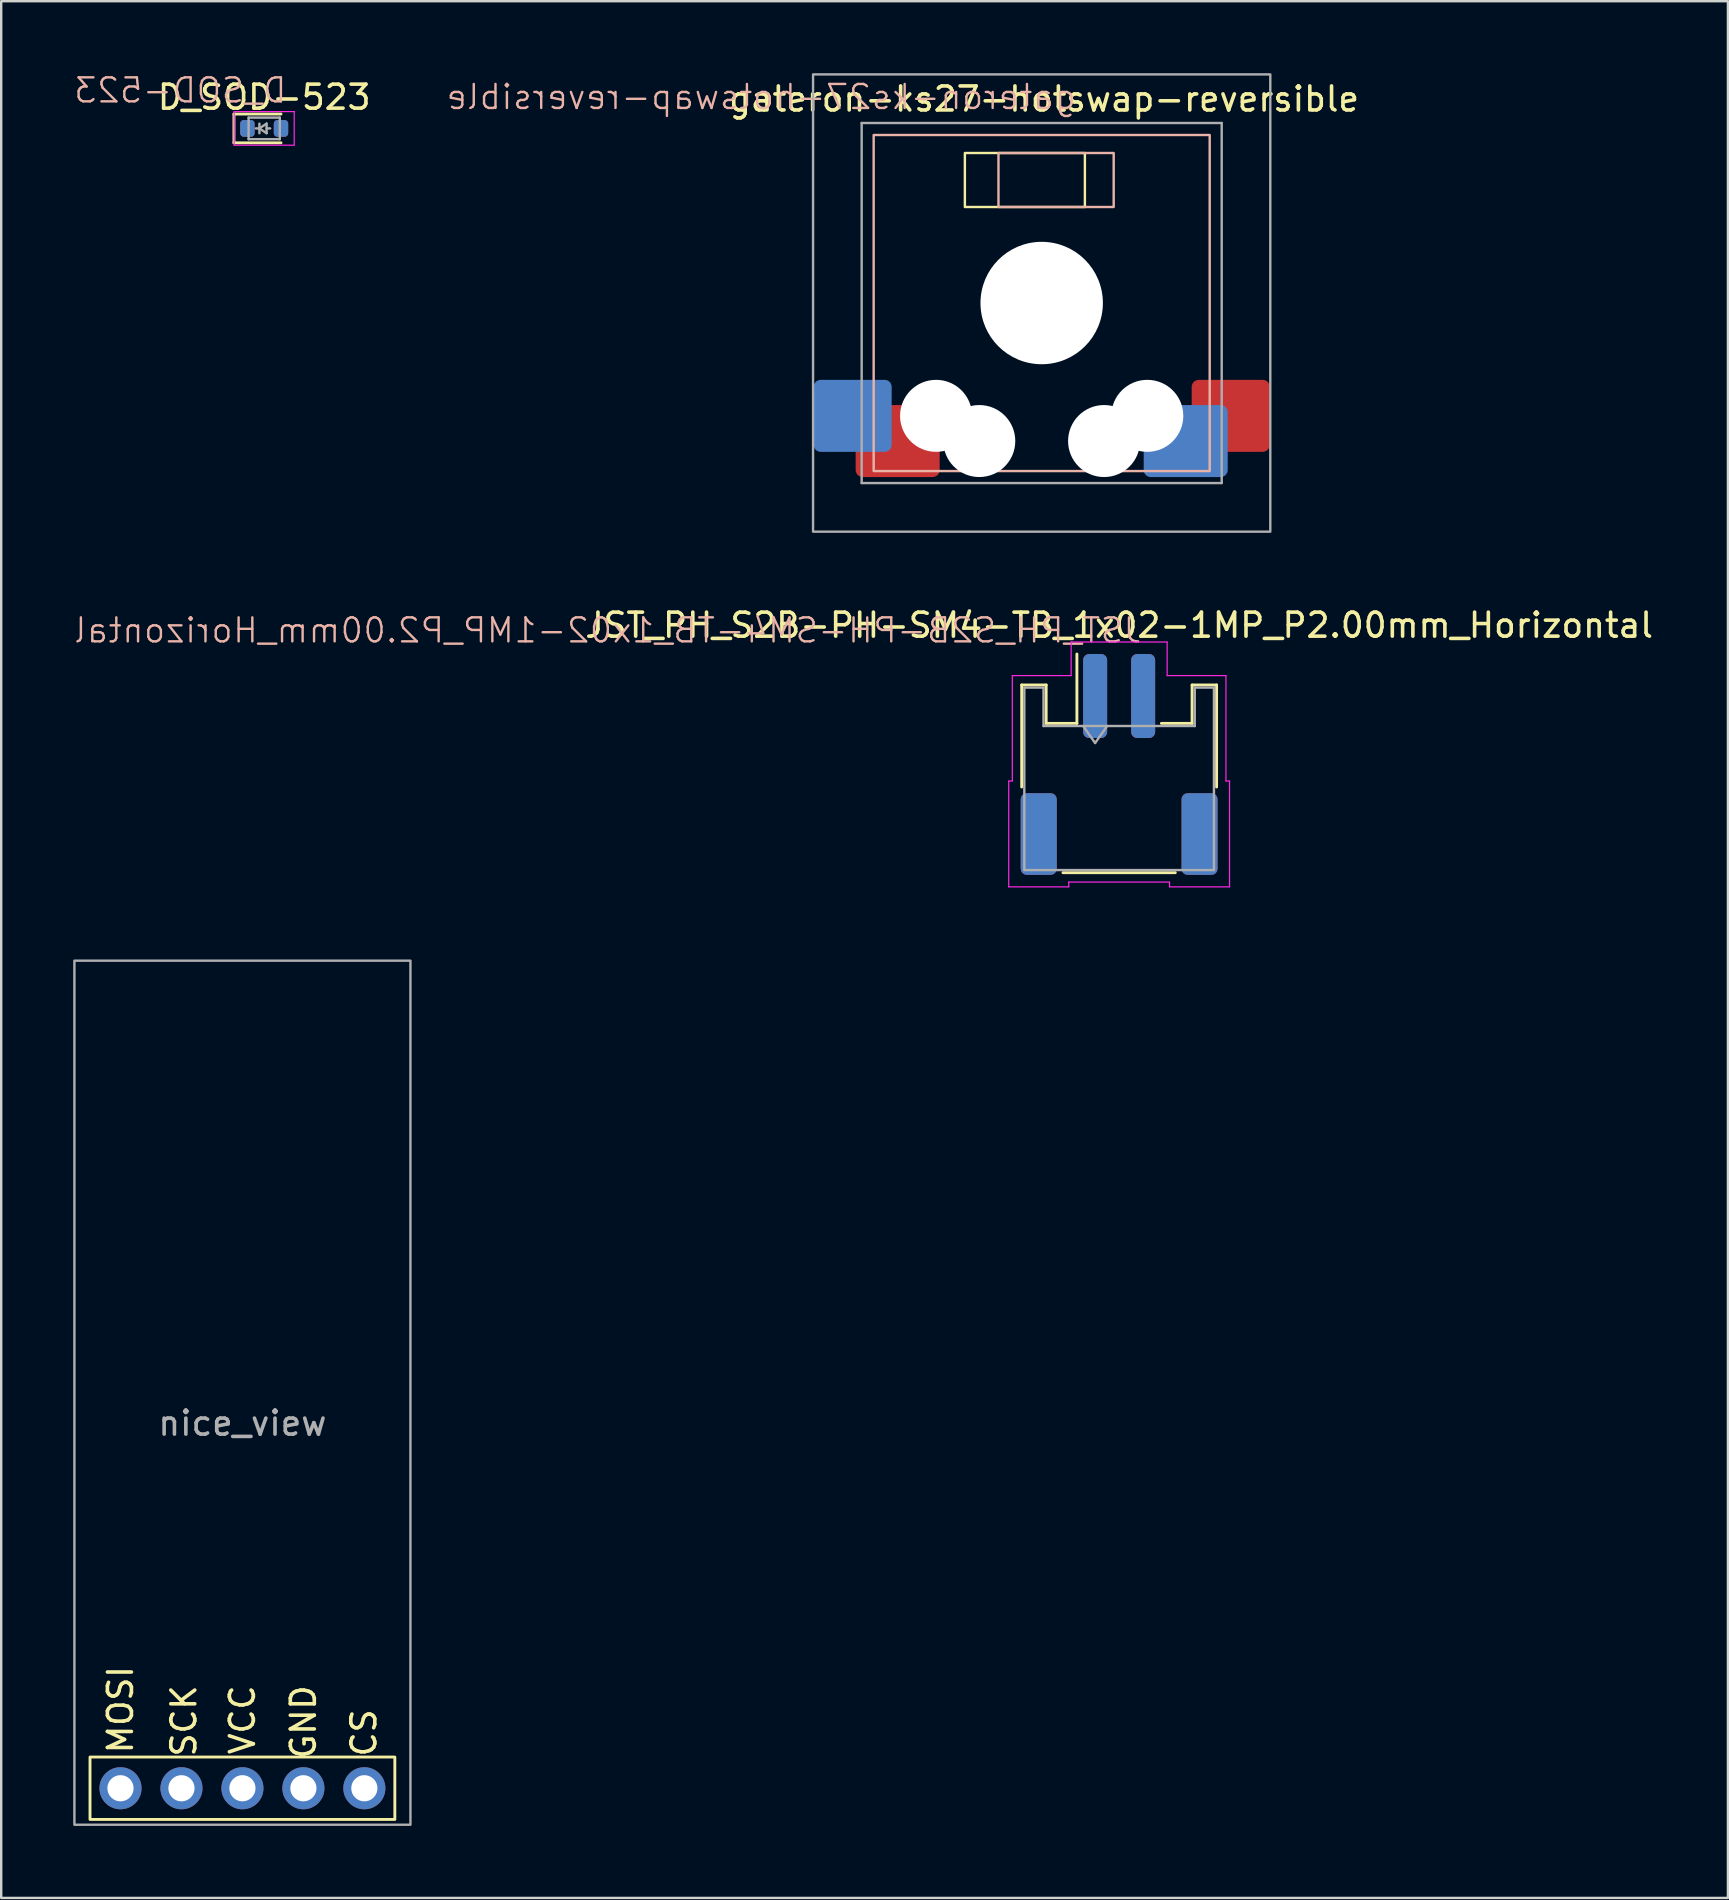
<source format=kicad_pcb>
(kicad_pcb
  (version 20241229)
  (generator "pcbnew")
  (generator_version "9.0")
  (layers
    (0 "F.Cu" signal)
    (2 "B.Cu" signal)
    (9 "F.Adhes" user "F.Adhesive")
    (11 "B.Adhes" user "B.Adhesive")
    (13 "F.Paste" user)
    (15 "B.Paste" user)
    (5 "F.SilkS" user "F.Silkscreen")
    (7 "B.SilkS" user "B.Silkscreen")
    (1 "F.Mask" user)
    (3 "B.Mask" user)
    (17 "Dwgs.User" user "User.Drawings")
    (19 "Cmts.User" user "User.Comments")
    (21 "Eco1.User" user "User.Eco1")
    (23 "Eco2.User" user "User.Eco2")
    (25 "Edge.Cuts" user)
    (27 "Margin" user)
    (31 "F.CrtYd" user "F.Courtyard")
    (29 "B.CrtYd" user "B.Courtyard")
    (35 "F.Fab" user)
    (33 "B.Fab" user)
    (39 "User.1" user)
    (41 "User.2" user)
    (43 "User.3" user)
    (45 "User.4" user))
  (footprint "D_SOD-523"
    (layer "F.Cu")
    (at 7.957 2.3)
    (property "Reference" "D_SOD-523" (at 0 -1.3 0) (layer "F.SilkS") (effects (font (size 1 1) (thickness 0.15))))
    (attr smd)
    (fp_line (start -1.26 -0.6) (end -1.26 0.6) (stroke (width 0.12) (type solid)) (layer "F.SilkS"))
    (fp_line (start 0.7 -0.6) (end -1.26 -0.6) (stroke (width 0.12) (type solid)) (layer "F.SilkS"))
    (fp_line (start 0.7 0.6) (end -1.26 0.6) (stroke (width 0.12) (type solid)) (layer "F.SilkS"))
    (fp_line (start -1.25 -0.7) (end 1.25 -0.7) (stroke (width 0.05) (type solid)) (layer "F.CrtYd"))
    (fp_line (start -1.25 0.7) (end -1.25 -0.7) (stroke (width 0.05) (type solid)) (layer "F.CrtYd"))
    (fp_line (start 1.25 -0.7) (end 1.25 0.7) (stroke (width 0.05) (type solid)) (layer "F.CrtYd"))
    (fp_line (start 1.25 0.7) (end -1.25 0.7) (stroke (width 0.05) (type solid)) (layer "F.CrtYd"))
    (fp_line (start -0.65 -0.45) (end 0.65 -0.45) (stroke (width 0.1) (type solid)) (layer "F.Fab"))
    (fp_line (start -0.65 0.45) (end -0.65 -0.45) (stroke (width 0.1) (type solid)) (layer "F.Fab"))
    (fp_line (start -0.2 0) (end -0.35 0) (stroke (width 0.1) (type solid)) (layer "F.Fab"))
    (fp_line (start -0.2 0) (end 0.1 0.2) (stroke (width 0.1) (type solid)) (layer "F.Fab"))
    (fp_line (start -0.2 0.2) (end -0.2 -0.2) (stroke (width 0.1) (type solid)) (layer "F.Fab"))
    (fp_line (start 0.1 -0.2) (end -0.2 0) (stroke (width 0.1) (type solid)) (layer "F.Fab"))
    (fp_line (start 0.1 0) (end 0.25 0) (stroke (width 0.1) (type solid)) (layer "F.Fab"))
    (fp_line (start 0.1 0.2) (end 0.1 -0.2) (stroke (width 0.1) (type solid)) (layer "F.Fab"))
    (fp_line (start 0.65 -0.45) (end 0.65 0.45) (stroke (width 0.1) (type solid)) (layer "F.Fab"))
    (fp_line (start 0.65 0.45) (end -0.65 0.45) (stroke (width 0.1) (type solid)) (layer "F.Fab"))
    (fp_text user "${REFERENCE}" (at 1 -1 0) (unlocked yes) (layer "B.SilkS") (effects (font (size 1 1) (thickness 0.1)) (justify left bottom mirror)))
    (pad "1" smd roundrect (at -0.7 0 180) (size 0.6 0.7) (layers "F.Cu" "F.Mask" "F.Paste") (roundrect_rratio 0.25))
    (pad "1" smd roundrect (at -0.7 0 180) (size 0.6 0.7) (layers "B.Cu" "B.Mask" "B.Paste") (roundrect_rratio 0.25))
    (pad "2" smd roundrect (at 0.7 0 180) (size 0.6 0.7) (layers "F.Cu" "F.Mask" "F.Paste") (roundrect_rratio 0.25))
    (pad "2" smd roundrect (at 0.7 0 180) (size 0.6 0.7) (layers "B.Cu" "B.Mask" "B.Paste") (roundrect_rratio 0.25)))
  (footprint "gateron-ks27-hotswap-reversible"
    (layer "F.Cu")
    (at 40.349 9.575)
    (property "Reference" "gateron-ks27-hotswap-reversible" (at 0.1 -8.5 0) (unlocked yes) (layer "F.SilkS") (effects (font (size 1 1) (thickness 0.15))))
    (attr through_hole)
    (fp_rect (start -3.2 -6.25) (end 1.8 -4) (stroke (width 0.1) (type solid)) (fill no) (layer "F.SilkS"))
    (fp_rect (start -7 -7) (end 7 7) (stroke (width 0.1) (type solid)) (fill no) (layer "B.SilkS"))
    (fp_rect (start -1.8 -6.25) (end 3 -4) (stroke (width 0.1) (type solid)) (fill no) (layer "B.SilkS"))
    (fp_line (start -7 -7) (end -7 7) (stroke (width 0.12) (type solid)) (layer "Eco2.User"))
    (fp_line (start -7 7) (end 7 7) (stroke (width 0.12) (type solid)) (layer "Eco2.User"))
    (fp_line (start 7 -7) (end -7 -7) (stroke (width 0.12) (type solid)) (layer "Eco2.User"))
    (fp_line (start 7 7) (end 7 -7) (stroke (width 0.12) (type solid)) (layer "Eco2.User"))
    (fp_line (start -7.5 -7.5) (end -7.5 7.5) (stroke (width 0.1) (type solid)) (layer "F.Fab"))
    (fp_line (start -7.5 7.5) (end 7.5 7.5) (stroke (width 0.1) (type solid)) (layer "F.Fab"))
    (fp_line (start 7.5 -7.5) (end -7.5 -7.5) (stroke (width 0.1) (type solid)) (layer "F.Fab"))
    (fp_line (start 7.5 7.5) (end 7.5 -7.5) (stroke (width 0.1) (type solid)) (layer "F.Fab"))
    (fp_rect (start -9.525 -9.525) (end 9.525 9.525) (stroke (width 0.1) (type solid)) (fill no) (layer "F.Fab"))
    (fp_text user "${REFERENCE}" (at 1.5 -8 0) (unlocked yes) (layer "B.SilkS") (effects (font (size 1 1) (thickness 0.1)) (justify left bottom mirror)))
    (pad "" np_thru_hole circle (at -4.4 4.7) (size 3 3) (drill 3) (layers "*.Cu" "*.Mask"))
    (pad "" np_thru_hole circle (at -2.6 5.75) (size 3 3) (drill 3) (layers "*.Cu" "*.Mask"))
    (pad "" np_thru_hole circle (at 0 0) (size 5.1 5.1) (drill 5.1) (layers "*.Cu" "*.Mask"))
    (pad "" np_thru_hole circle (at 2.6 5.75) (size 3 3) (drill 3) (layers "*.Cu" "*.Mask"))
    (pad "" np_thru_hole circle (at 4.4 4.7) (size 3 3) (drill 3) (layers "*.Cu" "*.Mask"))
    (pad "1" smd roundrect (at -7.875 4.7) (size 3.25 3) (layers "B.Cu" "B.Mask" "B.Paste") (roundrect_rratio 0.096))
    (pad "1" smd roundrect (at 7.875 4.7) (size 3.25 3) (layers "F.Cu" "F.Mask" "F.Paste") (roundrect_rratio 0.096))
    (pad "2" smd roundrect (at -6 5.75) (size 3.5 3) (layers "F.Cu" "F.Mask" "F.Paste") (roundrect_rratio 0.096))
    (pad "2" smd roundrect (at 6 5.75) (size 3.5 3) (layers "B.Cu" "B.Mask" "B.Paste") (roundrect_rratio 0.096)))
  (footprint "JST_PH_S2B-PH-SM4-TB_1x02-1MP_P2.00mm_Horizontal"
    (layer "F.Cu")
    (at 43.576 28.798)
    (property "Reference" "JST_PH_S2B-PH-SM4-TB_1x02-1MP_P2.00mm_Horizontal" (at 0 -5.8 0) (layer "F.SilkS") (effects (font (size 1 1) (thickness 0.15))))
    (attr smd)
    (fp_line (start -4.06 -3.31) (end -3.04 -3.31) (stroke (width 0.12) (type solid)) (layer "F.SilkS"))
    (fp_line (start -4.06 0.94) (end -4.06 -3.31) (stroke (width 0.12) (type solid)) (layer "F.SilkS"))
    (fp_line (start -3.04 -3.31) (end -3.04 -1.71) (stroke (width 0.12) (type solid)) (layer "F.SilkS"))
    (fp_line (start -3.04 -1.71) (end -1.76 -1.71) (stroke (width 0.12) (type solid)) (layer "F.SilkS"))
    (fp_line (start -2.34 4.51) (end 2.34 4.51) (stroke (width 0.12) (type solid)) (layer "F.SilkS"))
    (fp_line (start -1.76 -1.71) (end -1.76 -4.6) (stroke (width 0.12) (type solid)) (layer "F.SilkS"))
    (fp_line (start 3.04 -3.31) (end 3.04 -1.71) (stroke (width 0.12) (type solid)) (layer "F.SilkS"))
    (fp_line (start 3.04 -1.71) (end 1.76 -1.71) (stroke (width 0.12) (type solid)) (layer "F.SilkS"))
    (fp_line (start 4.06 -3.31) (end 3.04 -3.31) (stroke (width 0.12) (type solid)) (layer "F.SilkS"))
    (fp_line (start 4.06 0.94) (end 4.06 -3.31) (stroke (width 0.12) (type solid)) (layer "F.SilkS"))
    (fp_line (start -4.6 0.69) (end -4.45 0.69) (stroke (width 0.05) (type solid)) (layer "F.CrtYd"))
    (fp_line (start -4.6 5.1) (end -4.6 0.69) (stroke (width 0.05) (type solid)) (layer "F.CrtYd"))
    (fp_line (start -4.45 -3.7) (end -2 -3.7) (stroke (width 0.05) (type solid)) (layer "F.CrtYd"))
    (fp_line (start -4.45 0.69) (end -4.45 -3.7) (stroke (width 0.05) (type solid)) (layer "F.CrtYd"))
    (fp_line (start -2.1 4.9) (end -2.1 5.1) (stroke (width 0.05) (type solid)) (layer "F.CrtYd"))
    (fp_line (start -2.1 5.1) (end -4.6 5.1) (stroke (width 0.05) (type solid)) (layer "F.CrtYd"))
    (fp_line (start -2 -5.1) (end 2 -5.1) (stroke (width 0.05) (type solid)) (layer "F.CrtYd"))
    (fp_line (start -2 -3.7) (end -2 -5.1) (stroke (width 0.05) (type solid)) (layer "F.CrtYd"))
    (fp_line (start 2 -5.1) (end 2 -3.7) (stroke (width 0.05) (type solid)) (layer "F.CrtYd"))
    (fp_line (start 2 -3.7) (end 4.45 -3.7) (stroke (width 0.05) (type solid)) (layer "F.CrtYd"))
    (fp_line (start 2.1 4.9) (end -2.1 4.9) (stroke (width 0.05) (type solid)) (layer "F.CrtYd"))
    (fp_line (start 2.1 5.1) (end 2.1 4.9) (stroke (width 0.05) (type solid)) (layer "F.CrtYd"))
    (fp_line (start 4.45 -3.7) (end 4.45 0.69) (stroke (width 0.05) (type solid)) (layer "F.CrtYd"))
    (fp_line (start 4.45 0.69) (end 4.6 0.69) (stroke (width 0.05) (type solid)) (layer "F.CrtYd"))
    (fp_line (start 4.6 0.69) (end 4.6 5.1) (stroke (width 0.05) (type solid)) (layer "F.CrtYd"))
    (fp_line (start 4.6 5.1) (end 2.1 5.1) (stroke (width 0.05) (type solid)) (layer "F.CrtYd"))
    (fp_line (start -3.95 -3.2) (end -3.95 4.4) (stroke (width 0.1) (type solid)) (layer "F.Fab"))
    (fp_line (start -3.95 -3.2) (end -3.15 -3.2) (stroke (width 0.1) (type solid)) (layer "F.Fab"))
    (fp_line (start -3.95 4.4) (end 3.95 4.4) (stroke (width 0.1) (type solid)) (layer "F.Fab"))
    (fp_line (start -3.15 -3.2) (end -3.15 -1.6) (stroke (width 0.1) (type solid)) (layer "F.Fab"))
    (fp_line (start -3.15 -1.6) (end 3.15 -1.6) (stroke (width 0.1) (type solid)) (layer "F.Fab"))
    (fp_line (start -1.5 -1.6) (end -1 -0.893) (stroke (width 0.1) (type solid)) (layer "F.Fab"))
    (fp_line (start -1 -0.893) (end -0.5 -1.6) (stroke (width 0.1) (type solid)) (layer "F.Fab"))
    (fp_line (start 3.15 -3.2) (end 3.95 -3.2) (stroke (width 0.1) (type solid)) (layer "F.Fab"))
    (fp_line (start 3.15 -1.6) (end 3.15 -3.2) (stroke (width 0.1) (type solid)) (layer "F.Fab"))
    (fp_line (start 3.95 -3.2) (end 3.95 4.4) (stroke (width 0.1) (type solid)) (layer "F.Fab"))
    (fp_text user "${REFERENCE}" (at 1 -5 0) (unlocked yes) (layer "B.SilkS") (effects (font (size 1 1) (thickness 0.1)) (justify left bottom mirror)))
    (pad "1" smd roundrect (at -1 -2.85) (size 1 3.5) (layers "F.Cu" "F.Mask" "F.Paste") (roundrect_rratio 0.25))
    (pad "1" smd roundrect (at 1 -2.85) (size 1 3.5) (layers "B.Cu" "B.Mask" "B.Paste") (roundrect_rratio 0.25))
    (pad "2" smd roundrect (at -1 -2.85) (size 1 3.5) (layers "B.Cu" "B.Mask" "B.Paste") (roundrect_rratio 0.25))
    (pad "2" smd roundrect (at 1 -2.85) (size 1 3.5) (layers "F.Cu" "F.Mask" "F.Paste") (roundrect_rratio 0.25))
    (pad "MP" smd roundrect (at -3.35 2.9) (size 1.5 3.4) (layers "F.Cu" "F.Mask" "F.Paste") (roundrect_rratio 0.167))
    (pad "MP" smd roundrect (at -3.35 2.9) (size 1.5 3.4) (layers "B.Cu" "B.Mask" "B.Paste") (roundrect_rratio 0.167))
    (pad "MP" smd roundrect (at 3.35 2.9) (size 1.5 3.4) (layers "F.Cu" "F.Mask" "F.Paste") (roundrect_rratio 0.167))
    (pad "MP" smd roundrect (at 3.35 2.9) (size 1.5 3.4) (layers "B.Cu" "B.Mask" "B.Paste") (roundrect_rratio 0.167)))
  (footprint "nice_view"
    (layer "F.Cu")
    (at 7.05 54.973)
    (property "Reference" "nice_view" (at 0 1.27 0) (unlocked yes) (layer "F.Fab") (effects (font (size 1 1) (thickness 0.15))))
    (attr through_hole)
    (fp_rect (start -6.35 15.18) (end 6.35 17.78) (stroke (width 0.12) (type solid)) (fill no) (layer "F.SilkS"))
    (fp_rect (start -7 -18) (end 7 18) (stroke (width 0.1) (type solid)) (fill no) (layer "F.Fab"))
    (fp_text user "VCC" (at 0 12.1 90) (unlocked yes) (layer "F.SilkS") (effects (font (size 1 1) (thickness 0.15)) (justify right)))
    (fp_text user "MOSI" (at -5.08 11.3 90) (unlocked yes) (layer "F.SilkS") (effects (font (size 1 1) (thickness 0.15)) (justify right)))
    (fp_text user "CS" (at 5.06 13.1 90) (unlocked yes) (layer "F.SilkS") (effects (font (size 1 1) (thickness 0.15)) (justify right)))
    (fp_text user "SCK" (at -2.44 12.1 90) (unlocked yes) (layer "F.SilkS") (effects (font (size 1 1) (thickness 0.15)) (justify right)))
    (fp_text user "GND" (at 2.54 12.1 90) (unlocked yes) (layer "F.SilkS") (effects (font (size 1 1) (thickness 0.15)) (justify right)))
    (pad "1" thru_hole circle (at -5.08 16.48) (size 1.753 1.753) (drill 1.092) (layers "*.Cu" "*.Mask"))
    (pad "2" thru_hole circle (at -2.54 16.48) (size 1.753 1.753) (drill 1.092) (layers "*.Cu" "*.Mask"))
    (pad "3" thru_hole circle (at 0 16.48) (size 1.753 1.753) (drill 1.092) (layers "*.Cu" "*.Mask"))
    (pad "4" thru_hole circle (at 2.54 16.48) (size 1.753 1.753) (drill 1.092) (layers "*.Cu" "*.Mask"))
    (pad "5" thru_hole circle (at 5.08 16.48) (size 1.753 1.753) (drill 1.092) (layers "*.Cu" "*.Mask")))
  (gr_rect
    (start -3 -3)
    (end 68.939 76.023)
    (stroke (width 0.1) (type default))
    (fill no)
    (layer "Edge.Cuts")))
</source>
